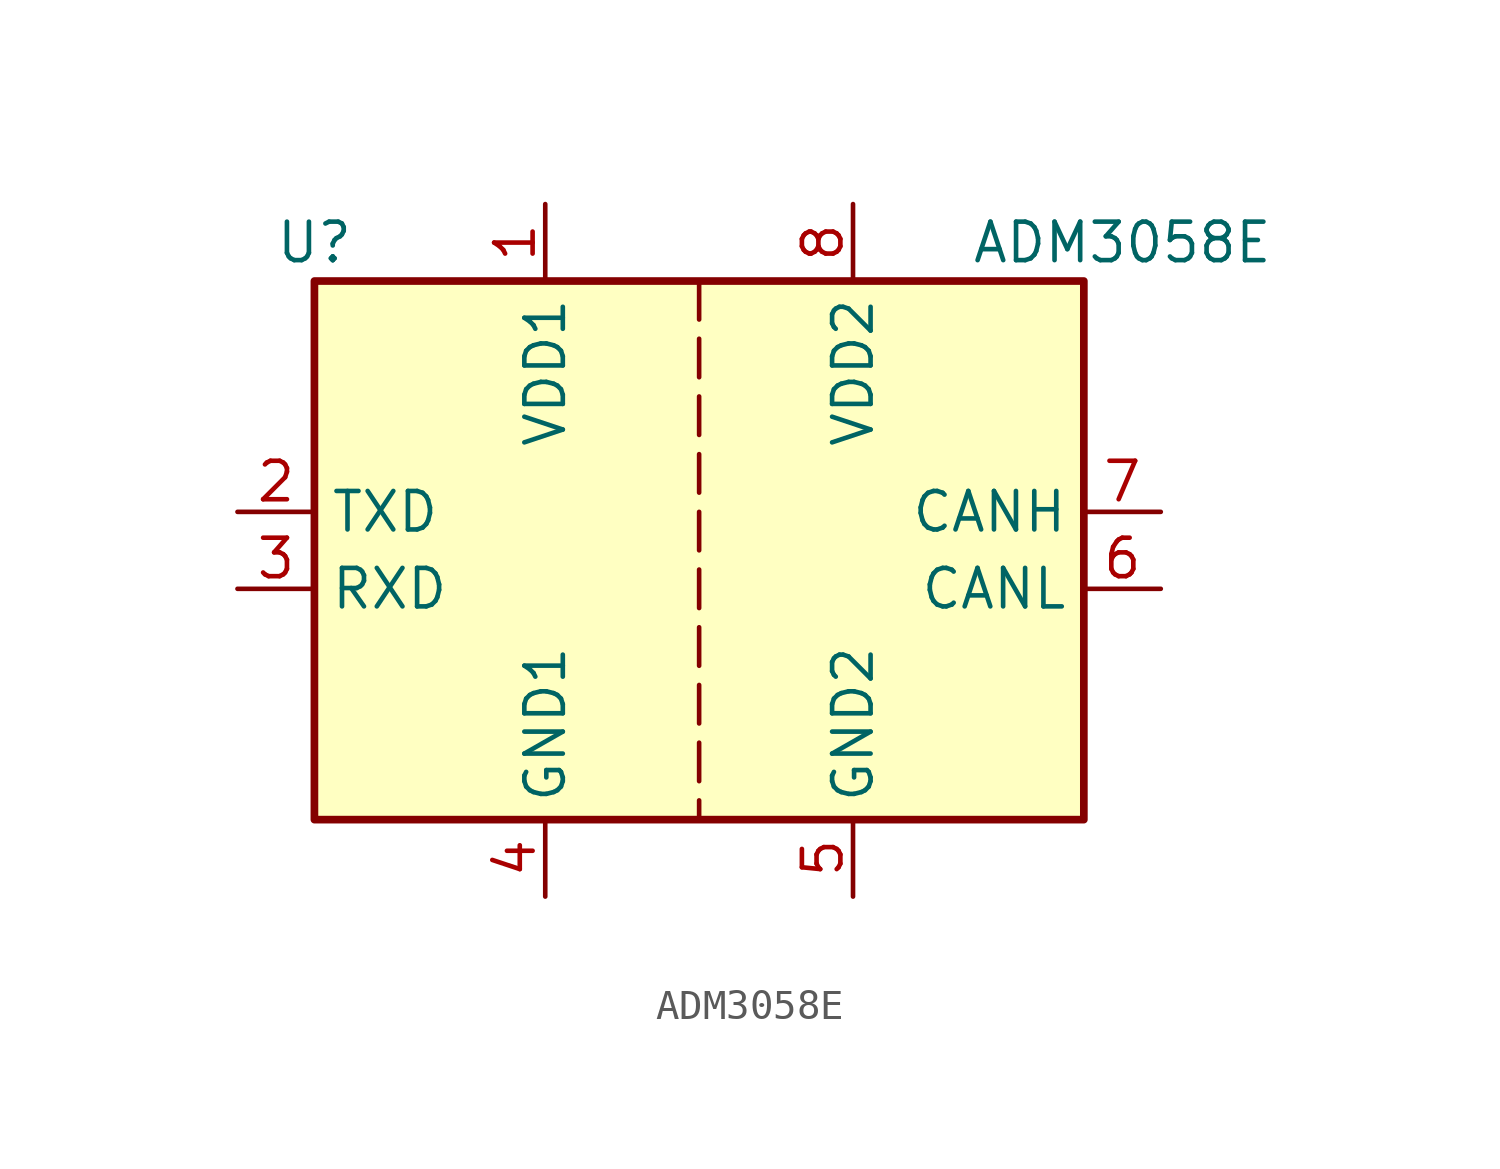
<source format=kicad_sym>
(kicad_symbol_lib
  (version 20220914)
  (generator kicad_symbol_editor)
  (symbol "ADM3058E"
    (property "Reference" "U"
      (at -12.7 10.16 0)
      (effects (font (size 1.27 1.27))))
    (property "Value" "ADM3058E"
      (at 13.97 10.16 0)
      (effects (font (size 1.27 1.27))))
    (symbol "ADM3058E_0_1"
      (rectangle (start -12.7 8.89) (end 12.7 -8.89) (stroke (width 0.254) (type default)) (fill (type background)))
      (polyline (pts (xy 0 -8.255) (xy 0 -8.89)) (stroke (width 0) (type default)) (fill (type none)))
      (polyline (pts (xy 0 -6.35) (xy 0 -7.62)) (stroke (width 0) (type default)) (fill (type none)))
      (polyline (pts (xy 0 -4.445) (xy 0 -5.715)) (stroke (width 0) (type default)) (fill (type none)))
      (polyline (pts (xy 0 -2.54) (xy 0 -3.81)) (stroke (width 0) (type default)) (fill (type none)))
      (polyline (pts (xy 0 -0.635) (xy 0 -1.905)) (stroke (width 0) (type default)) (fill (type none)))
      (polyline (pts (xy 0 1.27) (xy 0 0)) (stroke (width 0) (type default)) (fill (type none)))
      (polyline (pts (xy 0 3.175) (xy 0 1.905)) (stroke (width 0) (type default)) (fill (type none)))
      (polyline (pts (xy 0 5.08) (xy 0 3.81)) (stroke (width 0) (type default)) (fill (type none)))
      (polyline (pts (xy 0 6.985) (xy 0 5.715)) (stroke (width 0) (type default)) (fill (type none)))
      (polyline (pts (xy 0 8.89) (xy 0 7.62)) (stroke (width 0) (type default)) (fill (type none))))
    (symbol "ADM3058E_1_1"
      (pin power_in line (at -5.08 11.43 270) (length 2.54) (name "VDD1" (effects (font (size 1.27 1.27)))) (number "1" (effects (font (size 1.27 1.27)))))
      (pin input line (at -15.24 1.27 0) (length 2.54) (name "TXD" (effects (font (size 1.27 1.27)))) (number "2" (effects (font (size 1.27 1.27)))))
      (pin output line (at -15.24 -1.27 0) (length 2.54) (name "RXD" (effects (font (size 1.27 1.27)))) (number "3" (effects (font (size 1.27 1.27)))))
      (pin power_in line (at -5.08 -11.43 90) (length 2.54) (name "GND1" (effects (font (size 1.27 1.27)))) (number "4" (effects (font (size 1.27 1.27)))))
      (pin power_in line (at 5.08 -11.43 90) (length 2.54) (name "GND2" (effects (font (size 1.27 1.27)))) (number "5" (effects (font (size 1.27 1.27)))))
      (pin bidirectional line (at 15.24 -1.27 180) (length 2.54) (name "CANL" (effects (font (size 1.27 1.27)))) (number "6" (effects (font (size 1.27 1.27)))))
      (pin bidirectional line (at 15.24 1.27 180) (length 2.54) (name "CANH" (effects (font (size 1.27 1.27)))) (number "7" (effects (font (size 1.27 1.27)))))
      (pin power_in line (at 5.08 11.43 270) (length 2.54) (name "VDD2" (effects (font (size 1.27 1.27)))) (number "8" (effects (font (size 1.27 1.27))))))))
</source>
